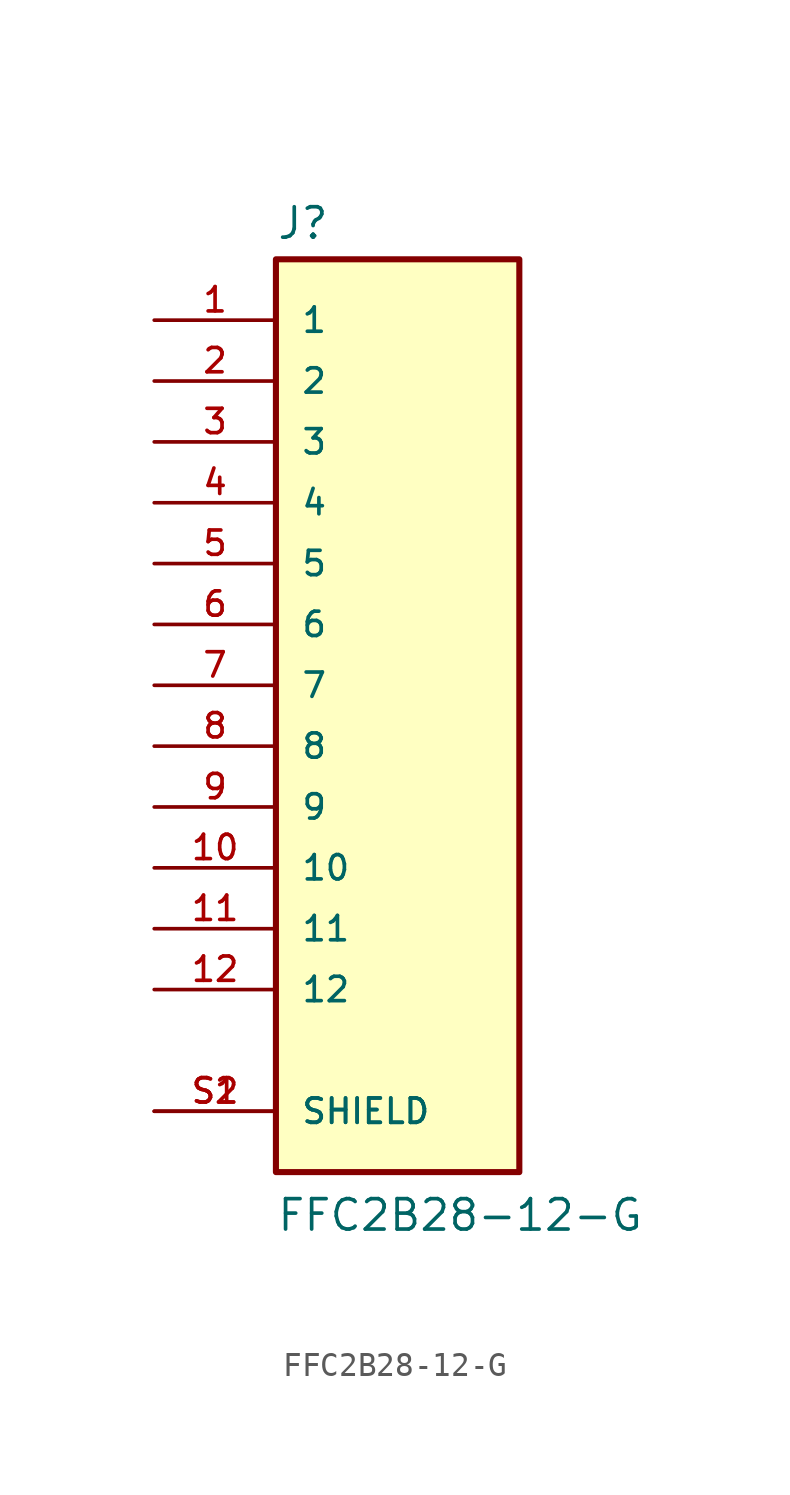
<source format=kicad_sym>
(kicad_symbol_lib
  (version 20211014)
  (generator kicad_symbol_editor)
  (symbol "FFC2B28-12-G"
    (pin_names
      (offset 1.016))
    (property "Reference" "J"
      (at -5.08 18.542 0)
      (effects (font (size 1.27 1.27)) (justify left bottom)))
    (property "Value" "FFC2B28-12-G"
      (at -5.08 -22.86 0)
      (effects (font (size 1.27 1.27)) (justify left bottom)))
    (property "ki_locked" ""
      (at 0 0 0)
      (effects (font (size 1.27 1.27))))
    (symbol "FFC2B28-12-G_0_0"
      (rectangle (start -5.08 -20.32) (end 5.08 17.78) (stroke (width 0.254) (type default) (color 0 0 0 0)) (fill (type background)))
      (pin passive line (at -10.16 15.24 0) (length 5.08) (name "1" (effects (font (size 1.016 1.016)))) (number "1" (effects (font (size 1.016 1.016)))))
      (pin passive line (at -10.16 -7.62 0) (length 5.08) (name "10" (effects (font (size 1.016 1.016)))) (number "10" (effects (font (size 1.016 1.016)))))
      (pin passive line (at -10.16 -10.16 0) (length 5.08) (name "11" (effects (font (size 1.016 1.016)))) (number "11" (effects (font (size 1.016 1.016)))))
      (pin passive line (at -10.16 -12.7 0) (length 5.08) (name "12" (effects (font (size 1.016 1.016)))) (number "12" (effects (font (size 1.016 1.016)))))
      (pin passive line (at -10.16 12.7 0) (length 5.08) (name "2" (effects (font (size 1.016 1.016)))) (number "2" (effects (font (size 1.016 1.016)))))
      (pin passive line (at -10.16 10.16 0) (length 5.08) (name "3" (effects (font (size 1.016 1.016)))) (number "3" (effects (font (size 1.016 1.016)))))
      (pin passive line (at -10.16 7.62 0) (length 5.08) (name "4" (effects (font (size 1.016 1.016)))) (number "4" (effects (font (size 1.016 1.016)))))
      (pin passive line (at -10.16 5.08 0) (length 5.08) (name "5" (effects (font (size 1.016 1.016)))) (number "5" (effects (font (size 1.016 1.016)))))
      (pin passive line (at -10.16 2.54 0) (length 5.08) (name "6" (effects (font (size 1.016 1.016)))) (number "6" (effects (font (size 1.016 1.016)))))
      (pin passive line (at -10.16 0 0) (length 5.08) (name "7" (effects (font (size 1.016 1.016)))) (number "7" (effects (font (size 1.016 1.016)))))
      (pin passive line (at -10.16 -2.54 0) (length 5.08) (name "8" (effects (font (size 1.016 1.016)))) (number "8" (effects (font (size 1.016 1.016)))))
      (pin passive line (at -10.16 -5.08 0) (length 5.08) (name "9" (effects (font (size 1.016 1.016)))) (number "9" (effects (font (size 1.016 1.016)))))
      (pin passive line (at -10.16 -17.78 0) (length 5.08) (name "SHIELD" (effects (font (size 1.016 1.016)))) (number "S1" (effects (font (size 1.016 1.016)))))
      (pin passive line (at -10.16 -17.78 0) (length 5.08) (name "SHIELD" (effects (font (size 1.016 1.016)))) (number "S2" (effects (font (size 1.016 1.016))))))))
</source>
